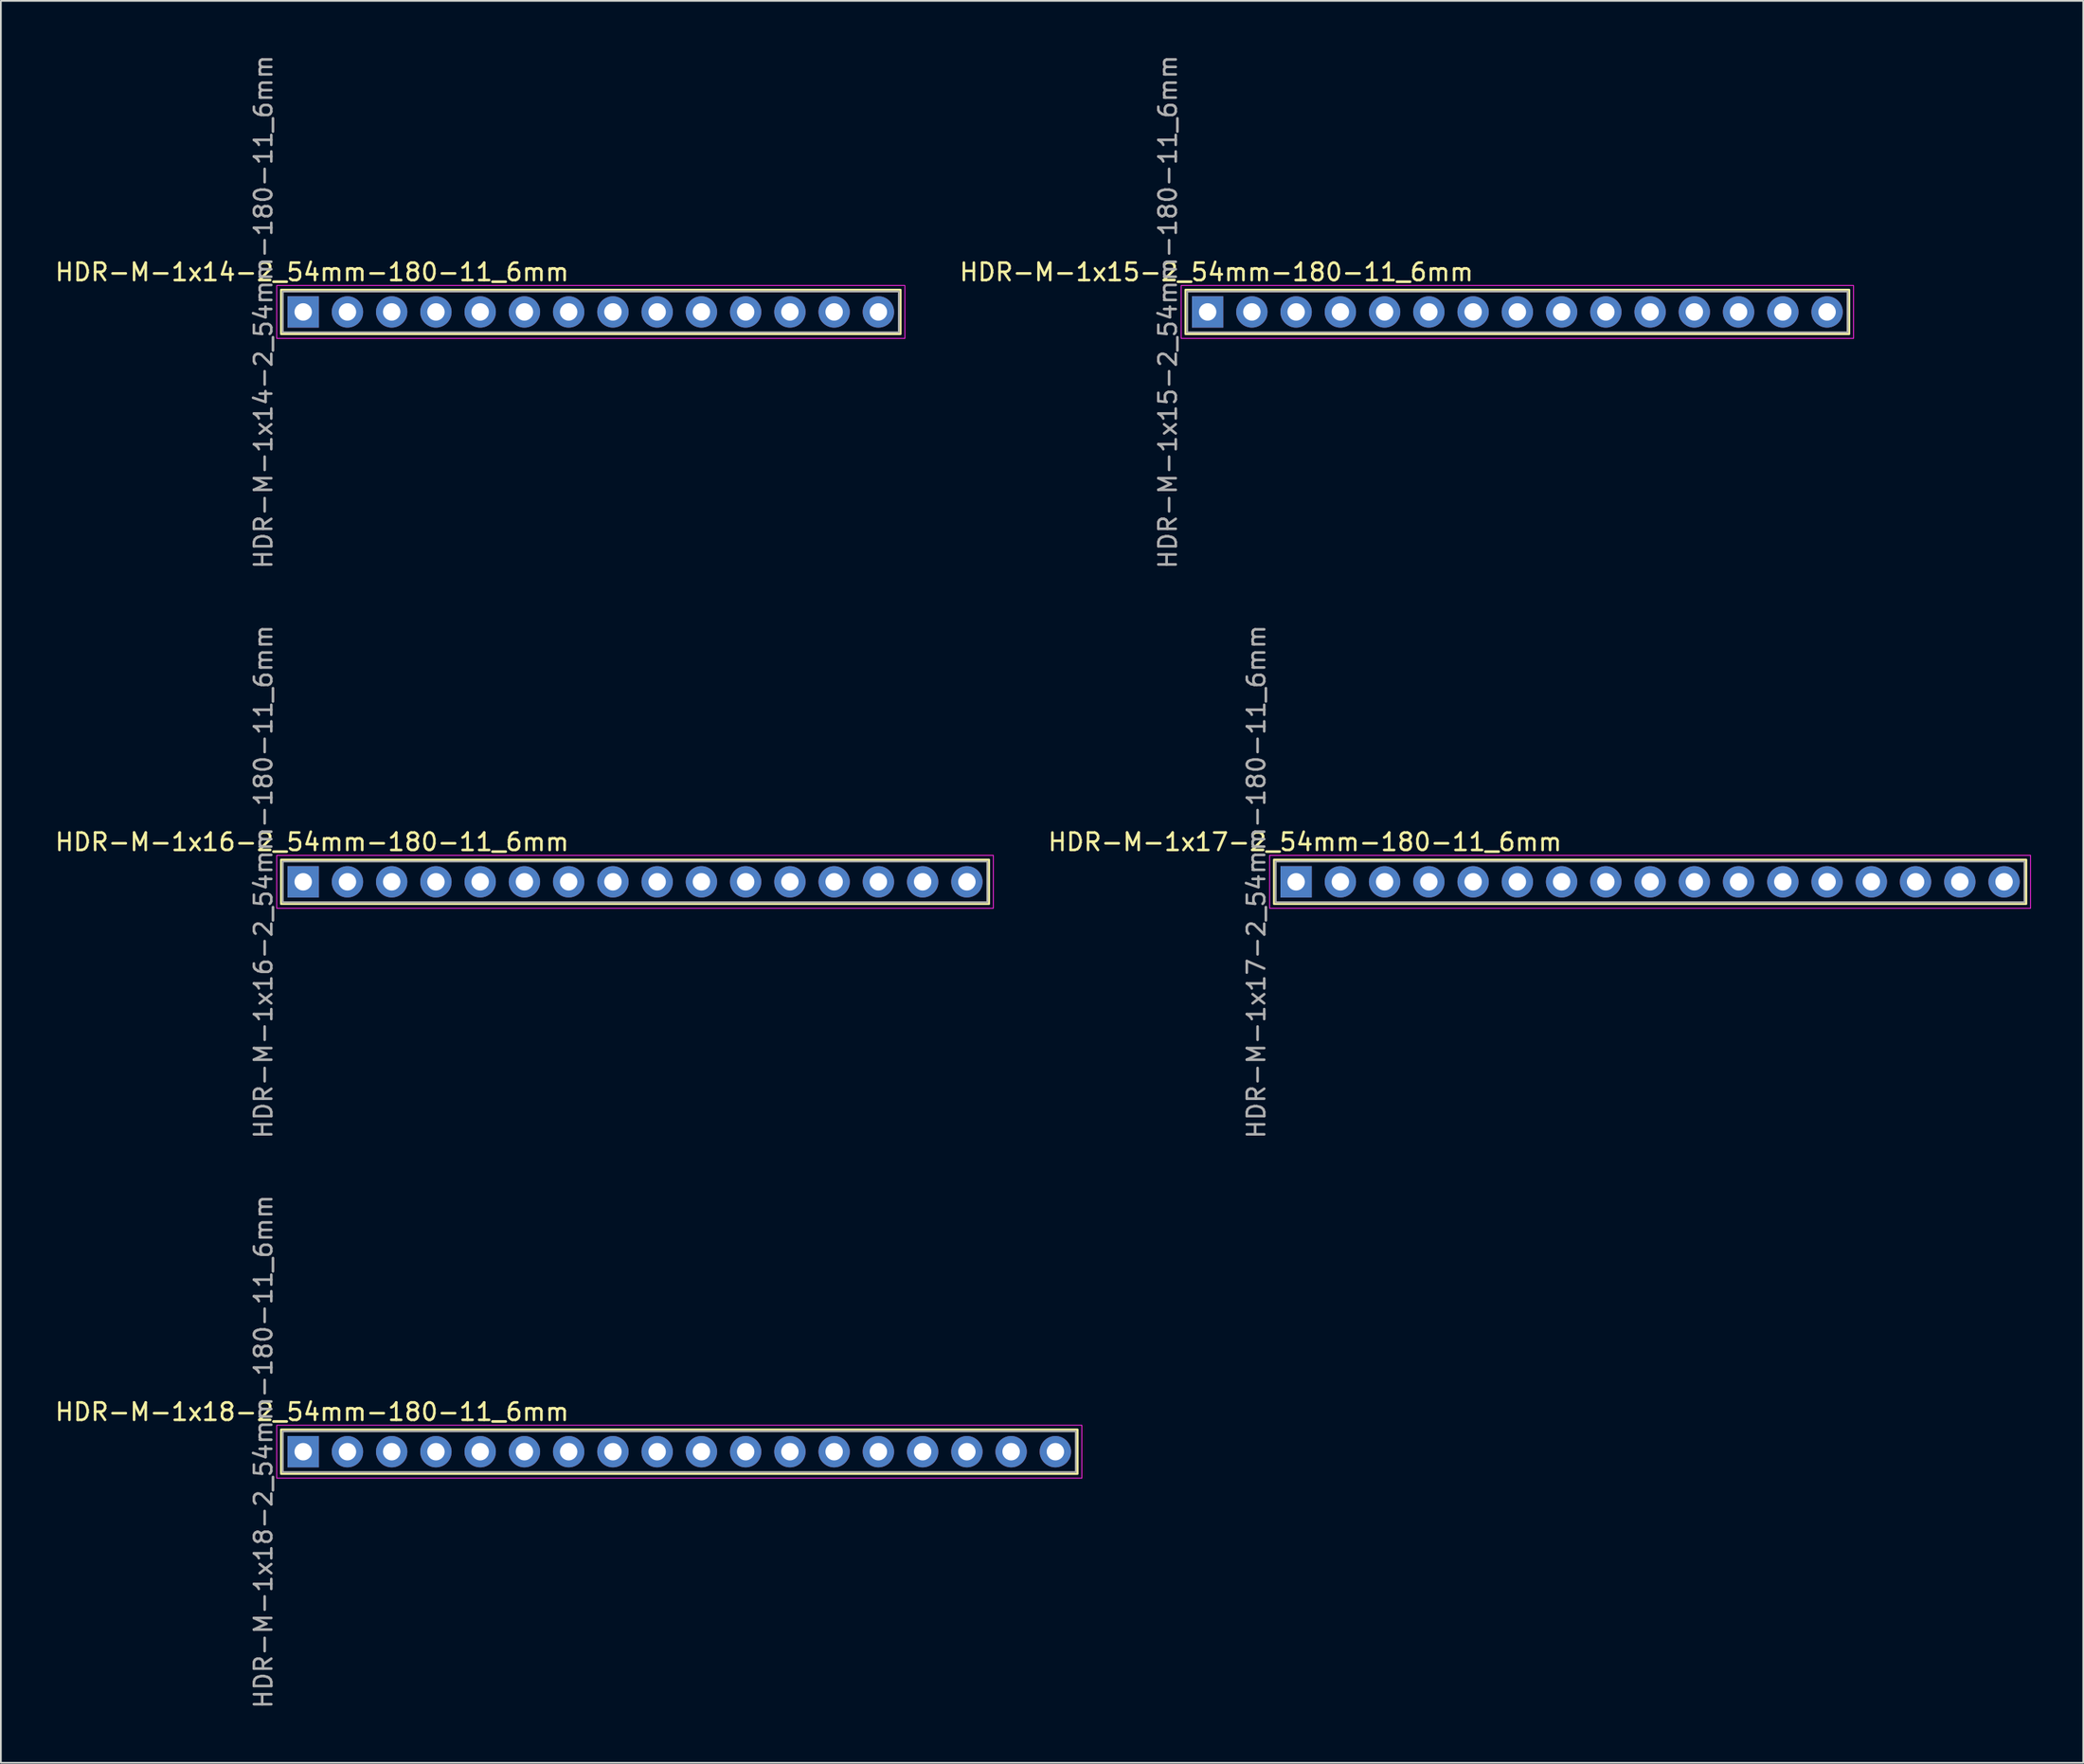
<source format=kicad_pcb>
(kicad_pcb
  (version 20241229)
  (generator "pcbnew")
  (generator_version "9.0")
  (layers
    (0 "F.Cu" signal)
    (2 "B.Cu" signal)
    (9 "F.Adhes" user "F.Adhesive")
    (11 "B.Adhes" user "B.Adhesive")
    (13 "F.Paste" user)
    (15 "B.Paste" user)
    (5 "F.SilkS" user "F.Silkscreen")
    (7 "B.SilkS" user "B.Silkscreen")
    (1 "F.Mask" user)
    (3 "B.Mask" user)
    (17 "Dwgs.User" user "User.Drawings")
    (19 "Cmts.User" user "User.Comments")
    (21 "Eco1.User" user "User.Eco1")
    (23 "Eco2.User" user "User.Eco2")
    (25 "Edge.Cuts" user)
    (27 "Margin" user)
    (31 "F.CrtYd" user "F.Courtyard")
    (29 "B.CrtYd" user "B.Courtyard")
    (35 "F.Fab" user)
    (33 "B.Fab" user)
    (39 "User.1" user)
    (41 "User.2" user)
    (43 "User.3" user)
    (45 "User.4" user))
  (footprint "HDR-M-1x16-2_54mm-180-11_6mm"
    (layer "F.Cu")
    (at 14.355 47.589)
    (property "Reference" "HDR-M-1x16-2_54mm-180-11_6mm" (at 0.508 -2.286 0) (unlocked yes) (layer "F.SilkS") (effects (font (size 1 1) (thickness 0.15))))
    (attr through_hole)
    (fp_rect (start -1.27 -1.27) (end 39.37 1.27) (stroke (width 0.12) (type solid)) (fill no) (layer "F.SilkS"))
    (fp_rect (start -1.52 -1.52) (end 39.62 1.52) (stroke (width 0.05) (type solid)) (fill no) (layer "F.CrtYd"))
    (fp_rect (start -1.17 -1.17) (end 39.27 1.17) (stroke (width 0.1) (type solid)) (fill no) (layer "F.Fab"))
    (fp_text user "${REFERENCE}" (at -2.286 0 90) (unlocked yes) (layer "F.Fab") (effects (font (size 1 1) (thickness 0.15))))
    (pad "1" thru_hole rect (at 0 0) (size 1.8 1.8) (drill 1) (layers "*.Cu" "*.Mask"))
    (pad "2" thru_hole circle (at 2.54 0) (size 1.8 1.8) (drill 1) (layers "*.Cu" "*.Mask"))
    (pad "3" thru_hole circle (at 5.08 0) (size 1.8 1.8) (drill 1) (layers "*.Cu" "*.Mask"))
    (pad "4" thru_hole circle (at 7.62 0) (size 1.8 1.8) (drill 1) (layers "*.Cu" "*.Mask"))
    (pad "5" thru_hole circle (at 10.16 0) (size 1.8 1.8) (drill 1) (layers "*.Cu" "*.Mask"))
    (pad "6" thru_hole circle (at 12.7 0) (size 1.8 1.8) (drill 1) (layers "*.Cu" "*.Mask"))
    (pad "7" thru_hole circle (at 15.24 0) (size 1.8 1.8) (drill 1) (layers "*.Cu" "*.Mask"))
    (pad "8" thru_hole circle (at 17.78 0) (size 1.8 1.8) (drill 1) (layers "*.Cu" "*.Mask"))
    (pad "9" thru_hole circle (at 20.32 0) (size 1.8 1.8) (drill 1) (layers "*.Cu" "*.Mask"))
    (pad "10" thru_hole circle (at 22.86 0) (size 1.8 1.8) (drill 1) (layers "*.Cu" "*.Mask"))
    (pad "11" thru_hole circle (at 25.4 0) (size 1.8 1.8) (drill 1) (layers "*.Cu" "*.Mask"))
    (pad "12" thru_hole circle (at 27.94 0) (size 1.8 1.8) (drill 1) (layers "*.Cu" "*.Mask"))
    (pad "13" thru_hole circle (at 30.48 0) (size 1.8 1.8) (drill 1) (layers "*.Cu" "*.Mask"))
    (pad "14" thru_hole circle (at 33.02 0) (size 1.8 1.8) (drill 1) (layers "*.Cu" "*.Mask"))
    (pad "15" thru_hole circle (at 35.56 0) (size 1.8 1.8) (drill 1) (layers "*.Cu" "*.Mask"))
    (pad "16" thru_hole circle (at 38.1 0) (size 1.8 1.8) (drill 1) (layers "*.Cu" "*.Mask")))
  (footprint "HDR-M-1x18-2_54mm-180-11_6mm"
    (layer "F.Cu")
    (at 14.355 80.315)
    (property "Reference" "HDR-M-1x18-2_54mm-180-11_6mm" (at 0.508 -2.286 0) (unlocked yes) (layer "F.SilkS") (effects (font (size 1 1) (thickness 0.15))))
    (attr through_hole)
    (fp_rect (start -1.27 -1.27) (end 44.45 1.27) (stroke (width 0.12) (type solid)) (fill no) (layer "F.SilkS"))
    (fp_rect (start -1.52 -1.52) (end 44.7 1.52) (stroke (width 0.05) (type solid)) (fill no) (layer "F.CrtYd"))
    (fp_rect (start -1.17 -1.17) (end 44.35 1.17) (stroke (width 0.1) (type solid)) (fill no) (layer "F.Fab"))
    (fp_text user "${REFERENCE}" (at -2.286 0 90) (unlocked yes) (layer "F.Fab") (effects (font (size 1 1) (thickness 0.15))))
    (pad "1" thru_hole rect (at 0 0) (size 1.8 1.8) (drill 1) (layers "*.Cu" "*.Mask"))
    (pad "2" thru_hole circle (at 2.54 0) (size 1.8 1.8) (drill 1) (layers "*.Cu" "*.Mask"))
    (pad "3" thru_hole circle (at 5.08 0) (size 1.8 1.8) (drill 1) (layers "*.Cu" "*.Mask"))
    (pad "4" thru_hole circle (at 7.62 0) (size 1.8 1.8) (drill 1) (layers "*.Cu" "*.Mask"))
    (pad "5" thru_hole circle (at 10.16 0) (size 1.8 1.8) (drill 1) (layers "*.Cu" "*.Mask"))
    (pad "6" thru_hole circle (at 12.7 0) (size 1.8 1.8) (drill 1) (layers "*.Cu" "*.Mask"))
    (pad "7" thru_hole circle (at 15.24 0) (size 1.8 1.8) (drill 1) (layers "*.Cu" "*.Mask"))
    (pad "8" thru_hole circle (at 17.78 0) (size 1.8 1.8) (drill 1) (layers "*.Cu" "*.Mask"))
    (pad "9" thru_hole circle (at 20.32 0) (size 1.8 1.8) (drill 1) (layers "*.Cu" "*.Mask"))
    (pad "10" thru_hole circle (at 22.86 0) (size 1.8 1.8) (drill 1) (layers "*.Cu" "*.Mask"))
    (pad "11" thru_hole circle (at 25.4 0) (size 1.8 1.8) (drill 1) (layers "*.Cu" "*.Mask"))
    (pad "12" thru_hole circle (at 27.94 0) (size 1.8 1.8) (drill 1) (layers "*.Cu" "*.Mask"))
    (pad "13" thru_hole circle (at 30.48 0) (size 1.8 1.8) (drill 1) (layers "*.Cu" "*.Mask"))
    (pad "14" thru_hole circle (at 33.02 0) (size 1.8 1.8) (drill 1) (layers "*.Cu" "*.Mask"))
    (pad "15" thru_hole circle (at 35.56 0) (size 1.8 1.8) (drill 1) (layers "*.Cu" "*.Mask"))
    (pad "16" thru_hole circle (at 38.1 0) (size 1.8 1.8) (drill 1) (layers "*.Cu" "*.Mask"))
    (pad "17" thru_hole circle (at 40.64 0) (size 1.8 1.8) (drill 1) (layers "*.Cu" "*.Mask"))
    (pad "18" thru_hole circle (at 43.18 0) (size 1.8 1.8) (drill 1) (layers "*.Cu" "*.Mask")))
  (footprint "HDR-M-1x14-2_54mm-180-11_6mm"
    (layer "F.Cu")
    (at 14.355 14.863)
    (property "Reference" "HDR-M-1x14-2_54mm-180-11_6mm" (at 0.508 -2.286 0) (unlocked yes) (layer "F.SilkS") (effects (font (size 1 1) (thickness 0.15))))
    (attr through_hole)
    (fp_rect (start -1.27 -1.27) (end 34.29 1.27) (stroke (width 0.12) (type solid)) (fill no) (layer "F.SilkS"))
    (fp_rect (start -1.52 -1.52) (end 34.54 1.52) (stroke (width 0.05) (type solid)) (fill no) (layer "F.CrtYd"))
    (fp_rect (start -1.17 -1.17) (end 34.19 1.17) (stroke (width 0.1) (type solid)) (fill no) (layer "F.Fab"))
    (fp_text user "${REFERENCE}" (at -2.286 0 90) (unlocked yes) (layer "F.Fab") (effects (font (size 1 1) (thickness 0.15))))
    (pad "1" thru_hole rect (at 0 0) (size 1.8 1.8) (drill 1) (layers "*.Cu" "*.Mask"))
    (pad "2" thru_hole circle (at 2.54 0) (size 1.8 1.8) (drill 1) (layers "*.Cu" "*.Mask"))
    (pad "3" thru_hole circle (at 5.08 0) (size 1.8 1.8) (drill 1) (layers "*.Cu" "*.Mask"))
    (pad "4" thru_hole circle (at 7.62 0) (size 1.8 1.8) (drill 1) (layers "*.Cu" "*.Mask"))
    (pad "5" thru_hole circle (at 10.16 0) (size 1.8 1.8) (drill 1) (layers "*.Cu" "*.Mask"))
    (pad "6" thru_hole circle (at 12.7 0) (size 1.8 1.8) (drill 1) (layers "*.Cu" "*.Mask"))
    (pad "7" thru_hole circle (at 15.24 0) (size 1.8 1.8) (drill 1) (layers "*.Cu" "*.Mask"))
    (pad "8" thru_hole circle (at 17.78 0) (size 1.8 1.8) (drill 1) (layers "*.Cu" "*.Mask"))
    (pad "9" thru_hole circle (at 20.32 0) (size 1.8 1.8) (drill 1) (layers "*.Cu" "*.Mask"))
    (pad "10" thru_hole circle (at 22.86 0) (size 1.8 1.8) (drill 1) (layers "*.Cu" "*.Mask"))
    (pad "11" thru_hole circle (at 25.4 0) (size 1.8 1.8) (drill 1) (layers "*.Cu" "*.Mask"))
    (pad "12" thru_hole circle (at 27.94 0) (size 1.8 1.8) (drill 1) (layers "*.Cu" "*.Mask"))
    (pad "13" thru_hole circle (at 30.48 0) (size 1.8 1.8) (drill 1) (layers "*.Cu" "*.Mask"))
    (pad "14" thru_hole circle (at 33.02 0) (size 1.8 1.8) (drill 1) (layers "*.Cu" "*.Mask")))
  (footprint "HDR-M-1x17-2_54mm-180-11_6mm"
    (layer "F.Cu")
    (at 71.355 47.589)
    (property "Reference" "HDR-M-1x17-2_54mm-180-11_6mm" (at 0.508 -2.286 0) (unlocked yes) (layer "F.SilkS") (effects (font (size 1 1) (thickness 0.15))))
    (attr through_hole)
    (fp_rect (start -1.27 -1.27) (end 41.91 1.27) (stroke (width 0.12) (type solid)) (fill no) (layer "F.SilkS"))
    (fp_rect (start -1.52 -1.52) (end 42.16 1.52) (stroke (width 0.05) (type solid)) (fill no) (layer "F.CrtYd"))
    (fp_rect (start -1.17 -1.17) (end 41.81 1.17) (stroke (width 0.1) (type solid)) (fill no) (layer "F.Fab"))
    (fp_text user "${REFERENCE}" (at -2.286 0 90) (unlocked yes) (layer "F.Fab") (effects (font (size 1 1) (thickness 0.15))))
    (pad "1" thru_hole rect (at 0 0) (size 1.8 1.8) (drill 1) (layers "*.Cu" "*.Mask"))
    (pad "2" thru_hole circle (at 2.54 0) (size 1.8 1.8) (drill 1) (layers "*.Cu" "*.Mask"))
    (pad "3" thru_hole circle (at 5.08 0) (size 1.8 1.8) (drill 1) (layers "*.Cu" "*.Mask"))
    (pad "4" thru_hole circle (at 7.62 0) (size 1.8 1.8) (drill 1) (layers "*.Cu" "*.Mask"))
    (pad "5" thru_hole circle (at 10.16 0) (size 1.8 1.8) (drill 1) (layers "*.Cu" "*.Mask"))
    (pad "6" thru_hole circle (at 12.7 0) (size 1.8 1.8) (drill 1) (layers "*.Cu" "*.Mask"))
    (pad "7" thru_hole circle (at 15.24 0) (size 1.8 1.8) (drill 1) (layers "*.Cu" "*.Mask"))
    (pad "8" thru_hole circle (at 17.78 0) (size 1.8 1.8) (drill 1) (layers "*.Cu" "*.Mask"))
    (pad "9" thru_hole circle (at 20.32 0) (size 1.8 1.8) (drill 1) (layers "*.Cu" "*.Mask"))
    (pad "10" thru_hole circle (at 22.86 0) (size 1.8 1.8) (drill 1) (layers "*.Cu" "*.Mask"))
    (pad "11" thru_hole circle (at 25.4 0) (size 1.8 1.8) (drill 1) (layers "*.Cu" "*.Mask"))
    (pad "12" thru_hole circle (at 27.94 0) (size 1.8 1.8) (drill 1) (layers "*.Cu" "*.Mask"))
    (pad "13" thru_hole circle (at 30.48 0) (size 1.8 1.8) (drill 1) (layers "*.Cu" "*.Mask"))
    (pad "14" thru_hole circle (at 33.02 0) (size 1.8 1.8) (drill 1) (layers "*.Cu" "*.Mask"))
    (pad "15" thru_hole circle (at 35.56 0) (size 1.8 1.8) (drill 1) (layers "*.Cu" "*.Mask"))
    (pad "16" thru_hole circle (at 38.1 0) (size 1.8 1.8) (drill 1) (layers "*.Cu" "*.Mask"))
    (pad "17" thru_hole circle (at 40.64 0) (size 1.8 1.8) (drill 1) (layers "*.Cu" "*.Mask")))
  (footprint "HDR-M-1x15-2_54mm-180-11_6mm"
    (layer "F.Cu")
    (at 66.275 14.863)
    (property "Reference" "HDR-M-1x15-2_54mm-180-11_6mm" (at 0.508 -2.286 0) (unlocked yes) (layer "F.SilkS") (effects (font (size 1 1) (thickness 0.15))))
    (attr through_hole)
    (fp_rect (start -1.27 -1.27) (end 36.83 1.27) (stroke (width 0.12) (type solid)) (fill no) (layer "F.SilkS"))
    (fp_rect (start -1.52 -1.52) (end 37.08 1.52) (stroke (width 0.05) (type solid)) (fill no) (layer "F.CrtYd"))
    (fp_rect (start -1.17 -1.17) (end 36.73 1.17) (stroke (width 0.1) (type solid)) (fill no) (layer "F.Fab"))
    (fp_text user "${REFERENCE}" (at -2.286 0 90) (unlocked yes) (layer "F.Fab") (effects (font (size 1 1) (thickness 0.15))))
    (pad "1" thru_hole rect (at 0 0) (size 1.8 1.8) (drill 1) (layers "*.Cu" "*.Mask"))
    (pad "2" thru_hole circle (at 2.54 0) (size 1.8 1.8) (drill 1) (layers "*.Cu" "*.Mask"))
    (pad "3" thru_hole circle (at 5.08 0) (size 1.8 1.8) (drill 1) (layers "*.Cu" "*.Mask"))
    (pad "4" thru_hole circle (at 7.62 0) (size 1.8 1.8) (drill 1) (layers "*.Cu" "*.Mask"))
    (pad "5" thru_hole circle (at 10.16 0) (size 1.8 1.8) (drill 1) (layers "*.Cu" "*.Mask"))
    (pad "6" thru_hole circle (at 12.7 0) (size 1.8 1.8) (drill 1) (layers "*.Cu" "*.Mask"))
    (pad "7" thru_hole circle (at 15.24 0) (size 1.8 1.8) (drill 1) (layers "*.Cu" "*.Mask"))
    (pad "8" thru_hole circle (at 17.78 0) (size 1.8 1.8) (drill 1) (layers "*.Cu" "*.Mask"))
    (pad "9" thru_hole circle (at 20.32 0) (size 1.8 1.8) (drill 1) (layers "*.Cu" "*.Mask"))
    (pad "10" thru_hole circle (at 22.86 0) (size 1.8 1.8) (drill 1) (layers "*.Cu" "*.Mask"))
    (pad "11" thru_hole circle (at 25.4 0) (size 1.8 1.8) (drill 1) (layers "*.Cu" "*.Mask"))
    (pad "12" thru_hole circle (at 27.94 0) (size 1.8 1.8) (drill 1) (layers "*.Cu" "*.Mask"))
    (pad "13" thru_hole circle (at 30.48 0) (size 1.8 1.8) (drill 1) (layers "*.Cu" "*.Mask"))
    (pad "14" thru_hole circle (at 33.02 0) (size 1.8 1.8) (drill 1) (layers "*.Cu" "*.Mask"))
    (pad "15" thru_hole circle (at 35.56 0) (size 1.8 1.8) (drill 1) (layers "*.Cu" "*.Mask")))
  (gr_rect
    (start -3 -3)
    (end 116.54 98.179)
    (stroke (width 0.1) (type default))
    (fill no)
    (layer "Edge.Cuts")))
</source>
